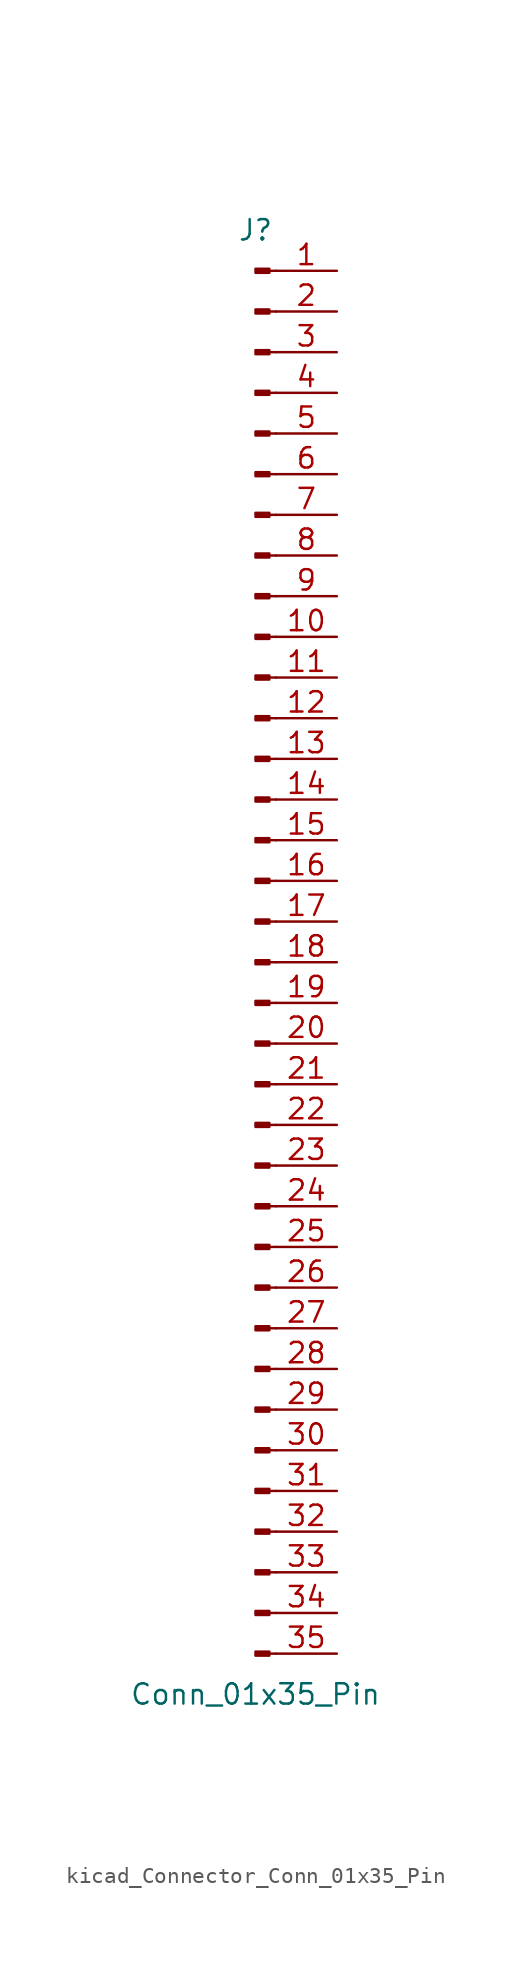
<source format=kicad_sym>
(kicad_symbol_lib
  (version 20220914)
  (generator kicad_symbol_editor)
  (symbol "kicad_Connector_Conn_01x35_Pin"
    (pin_names
      (offset 1.016) hide)
    (property "Reference" "J"
      (at 0 45.72 0)
      (effects (font (size 1.27 1.27))))
    (property "Value" "Conn_01x35_Pin"
      (at 0 -45.72 0)
      (effects (font (size 1.27 1.27))))
    (property "ki_locked" ""
      (at 0 0 0)
      (effects (font (size 1.27 1.27))))
    (symbol "kicad_Connector_Conn_01x35_Pin_1_1"
      (polyline (pts (xy 1.27 -43.18) (xy 0.864 -43.18)) (stroke (width 0.152) (type default)) (fill (type none)))
      (polyline (pts (xy 1.27 -40.64) (xy 0.864 -40.64)) (stroke (width 0.152) (type default)) (fill (type none)))
      (polyline (pts (xy 1.27 -38.1) (xy 0.864 -38.1)) (stroke (width 0.152) (type default)) (fill (type none)))
      (polyline (pts (xy 1.27 -35.56) (xy 0.864 -35.56)) (stroke (width 0.152) (type default)) (fill (type none)))
      (polyline (pts (xy 1.27 -33.02) (xy 0.864 -33.02)) (stroke (width 0.152) (type default)) (fill (type none)))
      (polyline (pts (xy 1.27 -30.48) (xy 0.864 -30.48)) (stroke (width 0.152) (type default)) (fill (type none)))
      (polyline (pts (xy 1.27 -27.94) (xy 0.864 -27.94)) (stroke (width 0.152) (type default)) (fill (type none)))
      (polyline (pts (xy 1.27 -25.4) (xy 0.864 -25.4)) (stroke (width 0.152) (type default)) (fill (type none)))
      (polyline (pts (xy 1.27 -22.86) (xy 0.864 -22.86)) (stroke (width 0.152) (type default)) (fill (type none)))
      (polyline (pts (xy 1.27 -20.32) (xy 0.864 -20.32)) (stroke (width 0.152) (type default)) (fill (type none)))
      (polyline (pts (xy 1.27 -17.78) (xy 0.864 -17.78)) (stroke (width 0.152) (type default)) (fill (type none)))
      (polyline (pts (xy 1.27 -15.24) (xy 0.864 -15.24)) (stroke (width 0.152) (type default)) (fill (type none)))
      (polyline (pts (xy 1.27 -12.7) (xy 0.864 -12.7)) (stroke (width 0.152) (type default)) (fill (type none)))
      (polyline (pts (xy 1.27 -10.16) (xy 0.864 -10.16)) (stroke (width 0.152) (type default)) (fill (type none)))
      (polyline (pts (xy 1.27 -7.62) (xy 0.864 -7.62)) (stroke (width 0.152) (type default)) (fill (type none)))
      (polyline (pts (xy 1.27 -5.08) (xy 0.864 -5.08)) (stroke (width 0.152) (type default)) (fill (type none)))
      (polyline (pts (xy 1.27 -2.54) (xy 0.864 -2.54)) (stroke (width 0.152) (type default)) (fill (type none)))
      (polyline (pts (xy 1.27 0) (xy 0.864 0)) (stroke (width 0.152) (type default)) (fill (type none)))
      (polyline (pts (xy 1.27 2.54) (xy 0.864 2.54)) (stroke (width 0.152) (type default)) (fill (type none)))
      (polyline (pts (xy 1.27 5.08) (xy 0.864 5.08)) (stroke (width 0.152) (type default)) (fill (type none)))
      (polyline (pts (xy 1.27 7.62) (xy 0.864 7.62)) (stroke (width 0.152) (type default)) (fill (type none)))
      (polyline (pts (xy 1.27 10.16) (xy 0.864 10.16)) (stroke (width 0.152) (type default)) (fill (type none)))
      (polyline (pts (xy 1.27 12.7) (xy 0.864 12.7)) (stroke (width 0.152) (type default)) (fill (type none)))
      (polyline (pts (xy 1.27 15.24) (xy 0.864 15.24)) (stroke (width 0.152) (type default)) (fill (type none)))
      (polyline (pts (xy 1.27 17.78) (xy 0.864 17.78)) (stroke (width 0.152) (type default)) (fill (type none)))
      (polyline (pts (xy 1.27 20.32) (xy 0.864 20.32)) (stroke (width 0.152) (type default)) (fill (type none)))
      (polyline (pts (xy 1.27 22.86) (xy 0.864 22.86)) (stroke (width 0.152) (type default)) (fill (type none)))
      (polyline (pts (xy 1.27 25.4) (xy 0.864 25.4)) (stroke (width 0.152) (type default)) (fill (type none)))
      (polyline (pts (xy 1.27 27.94) (xy 0.864 27.94)) (stroke (width 0.152) (type default)) (fill (type none)))
      (polyline (pts (xy 1.27 30.48) (xy 0.864 30.48)) (stroke (width 0.152) (type default)) (fill (type none)))
      (polyline (pts (xy 1.27 33.02) (xy 0.864 33.02)) (stroke (width 0.152) (type default)) (fill (type none)))
      (polyline (pts (xy 1.27 35.56) (xy 0.864 35.56)) (stroke (width 0.152) (type default)) (fill (type none)))
      (polyline (pts (xy 1.27 38.1) (xy 0.864 38.1)) (stroke (width 0.152) (type default)) (fill (type none)))
      (polyline (pts (xy 1.27 40.64) (xy 0.864 40.64)) (stroke (width 0.152) (type default)) (fill (type none)))
      (polyline (pts (xy 1.27 43.18) (xy 0.864 43.18)) (stroke (width 0.152) (type default)) (fill (type none)))
      (rectangle (start 0.864 -43.053) (end 0 -43.307) (stroke (width 0.152) (type default)) (fill (type outline)))
      (rectangle (start 0.864 -40.513) (end 0 -40.767) (stroke (width 0.152) (type default)) (fill (type outline)))
      (rectangle (start 0.864 -37.973) (end 0 -38.227) (stroke (width 0.152) (type default)) (fill (type outline)))
      (rectangle (start 0.864 -35.433) (end 0 -35.687) (stroke (width 0.152) (type default)) (fill (type outline)))
      (rectangle (start 0.864 -32.893) (end 0 -33.147) (stroke (width 0.152) (type default)) (fill (type outline)))
      (rectangle (start 0.864 -30.353) (end 0 -30.607) (stroke (width 0.152) (type default)) (fill (type outline)))
      (rectangle (start 0.864 -27.813) (end 0 -28.067) (stroke (width 0.152) (type default)) (fill (type outline)))
      (rectangle (start 0.864 -25.273) (end 0 -25.527) (stroke (width 0.152) (type default)) (fill (type outline)))
      (rectangle (start 0.864 -22.733) (end 0 -22.987) (stroke (width 0.152) (type default)) (fill (type outline)))
      (rectangle (start 0.864 -20.193) (end 0 -20.447) (stroke (width 0.152) (type default)) (fill (type outline)))
      (rectangle (start 0.864 -17.653) (end 0 -17.907) (stroke (width 0.152) (type default)) (fill (type outline)))
      (rectangle (start 0.864 -15.113) (end 0 -15.367) (stroke (width 0.152) (type default)) (fill (type outline)))
      (rectangle (start 0.864 -12.573) (end 0 -12.827) (stroke (width 0.152) (type default)) (fill (type outline)))
      (rectangle (start 0.864 -10.033) (end 0 -10.287) (stroke (width 0.152) (type default)) (fill (type outline)))
      (rectangle (start 0.864 -7.493) (end 0 -7.747) (stroke (width 0.152) (type default)) (fill (type outline)))
      (rectangle (start 0.864 -4.953) (end 0 -5.207) (stroke (width 0.152) (type default)) (fill (type outline)))
      (rectangle (start 0.864 -2.413) (end 0 -2.667) (stroke (width 0.152) (type default)) (fill (type outline)))
      (rectangle (start 0.864 0.127) (end 0 -0.127) (stroke (width 0.152) (type default)) (fill (type outline)))
      (rectangle (start 0.864 2.667) (end 0 2.413) (stroke (width 0.152) (type default)) (fill (type outline)))
      (rectangle (start 0.864 5.207) (end 0 4.953) (stroke (width 0.152) (type default)) (fill (type outline)))
      (rectangle (start 0.864 7.747) (end 0 7.493) (stroke (width 0.152) (type default)) (fill (type outline)))
      (rectangle (start 0.864 10.287) (end 0 10.033) (stroke (width 0.152) (type default)) (fill (type outline)))
      (rectangle (start 0.864 12.827) (end 0 12.573) (stroke (width 0.152) (type default)) (fill (type outline)))
      (rectangle (start 0.864 15.367) (end 0 15.113) (stroke (width 0.152) (type default)) (fill (type outline)))
      (rectangle (start 0.864 17.907) (end 0 17.653) (stroke (width 0.152) (type default)) (fill (type outline)))
      (rectangle (start 0.864 20.447) (end 0 20.193) (stroke (width 0.152) (type default)) (fill (type outline)))
      (rectangle (start 0.864 22.987) (end 0 22.733) (stroke (width 0.152) (type default)) (fill (type outline)))
      (rectangle (start 0.864 25.527) (end 0 25.273) (stroke (width 0.152) (type default)) (fill (type outline)))
      (rectangle (start 0.864 28.067) (end 0 27.813) (stroke (width 0.152) (type default)) (fill (type outline)))
      (rectangle (start 0.864 30.607) (end 0 30.353) (stroke (width 0.152) (type default)) (fill (type outline)))
      (rectangle (start 0.864 33.147) (end 0 32.893) (stroke (width 0.152) (type default)) (fill (type outline)))
      (rectangle (start 0.864 35.687) (end 0 35.433) (stroke (width 0.152) (type default)) (fill (type outline)))
      (rectangle (start 0.864 38.227) (end 0 37.973) (stroke (width 0.152) (type default)) (fill (type outline)))
      (rectangle (start 0.864 40.767) (end 0 40.513) (stroke (width 0.152) (type default)) (fill (type outline)))
      (rectangle (start 0.864 43.307) (end 0 43.053) (stroke (width 0.152) (type default)) (fill (type outline)))
      (pin passive line (at 5.08 43.18 180) (length 3.81) (name "Pin_1" (effects (font (size 1.27 1.27)))) (number "1" (effects (font (size 1.27 1.27)))))
      (pin passive line (at 5.08 20.32 180) (length 3.81) (name "Pin_10" (effects (font (size 1.27 1.27)))) (number "10" (effects (font (size 1.27 1.27)))))
      (pin passive line (at 5.08 17.78 180) (length 3.81) (name "Pin_11" (effects (font (size 1.27 1.27)))) (number "11" (effects (font (size 1.27 1.27)))))
      (pin passive line (at 5.08 15.24 180) (length 3.81) (name "Pin_12" (effects (font (size 1.27 1.27)))) (number "12" (effects (font (size 1.27 1.27)))))
      (pin passive line (at 5.08 12.7 180) (length 3.81) (name "Pin_13" (effects (font (size 1.27 1.27)))) (number "13" (effects (font (size 1.27 1.27)))))
      (pin passive line (at 5.08 10.16 180) (length 3.81) (name "Pin_14" (effects (font (size 1.27 1.27)))) (number "14" (effects (font (size 1.27 1.27)))))
      (pin passive line (at 5.08 7.62 180) (length 3.81) (name "Pin_15" (effects (font (size 1.27 1.27)))) (number "15" (effects (font (size 1.27 1.27)))))
      (pin passive line (at 5.08 5.08 180) (length 3.81) (name "Pin_16" (effects (font (size 1.27 1.27)))) (number "16" (effects (font (size 1.27 1.27)))))
      (pin passive line (at 5.08 2.54 180) (length 3.81) (name "Pin_17" (effects (font (size 1.27 1.27)))) (number "17" (effects (font (size 1.27 1.27)))))
      (pin passive line (at 5.08 0 180) (length 3.81) (name "Pin_18" (effects (font (size 1.27 1.27)))) (number "18" (effects (font (size 1.27 1.27)))))
      (pin passive line (at 5.08 -2.54 180) (length 3.81) (name "Pin_19" (effects (font (size 1.27 1.27)))) (number "19" (effects (font (size 1.27 1.27)))))
      (pin passive line (at 5.08 40.64 180) (length 3.81) (name "Pin_2" (effects (font (size 1.27 1.27)))) (number "2" (effects (font (size 1.27 1.27)))))
      (pin passive line (at 5.08 -5.08 180) (length 3.81) (name "Pin_20" (effects (font (size 1.27 1.27)))) (number "20" (effects (font (size 1.27 1.27)))))
      (pin passive line (at 5.08 -7.62 180) (length 3.81) (name "Pin_21" (effects (font (size 1.27 1.27)))) (number "21" (effects (font (size 1.27 1.27)))))
      (pin passive line (at 5.08 -10.16 180) (length 3.81) (name "Pin_22" (effects (font (size 1.27 1.27)))) (number "22" (effects (font (size 1.27 1.27)))))
      (pin passive line (at 5.08 -12.7 180) (length 3.81) (name "Pin_23" (effects (font (size 1.27 1.27)))) (number "23" (effects (font (size 1.27 1.27)))))
      (pin passive line (at 5.08 -15.24 180) (length 3.81) (name "Pin_24" (effects (font (size 1.27 1.27)))) (number "24" (effects (font (size 1.27 1.27)))))
      (pin passive line (at 5.08 -17.78 180) (length 3.81) (name "Pin_25" (effects (font (size 1.27 1.27)))) (number "25" (effects (font (size 1.27 1.27)))))
      (pin passive line (at 5.08 -20.32 180) (length 3.81) (name "Pin_26" (effects (font (size 1.27 1.27)))) (number "26" (effects (font (size 1.27 1.27)))))
      (pin passive line (at 5.08 -22.86 180) (length 3.81) (name "Pin_27" (effects (font (size 1.27 1.27)))) (number "27" (effects (font (size 1.27 1.27)))))
      (pin passive line (at 5.08 -25.4 180) (length 3.81) (name "Pin_28" (effects (font (size 1.27 1.27)))) (number "28" (effects (font (size 1.27 1.27)))))
      (pin passive line (at 5.08 -27.94 180) (length 3.81) (name "Pin_29" (effects (font (size 1.27 1.27)))) (number "29" (effects (font (size 1.27 1.27)))))
      (pin passive line (at 5.08 38.1 180) (length 3.81) (name "Pin_3" (effects (font (size 1.27 1.27)))) (number "3" (effects (font (size 1.27 1.27)))))
      (pin passive line (at 5.08 -30.48 180) (length 3.81) (name "Pin_30" (effects (font (size 1.27 1.27)))) (number "30" (effects (font (size 1.27 1.27)))))
      (pin passive line (at 5.08 -33.02 180) (length 3.81) (name "Pin_31" (effects (font (size 1.27 1.27)))) (number "31" (effects (font (size 1.27 1.27)))))
      (pin passive line (at 5.08 -35.56 180) (length 3.81) (name "Pin_32" (effects (font (size 1.27 1.27)))) (number "32" (effects (font (size 1.27 1.27)))))
      (pin passive line (at 5.08 -38.1 180) (length 3.81) (name "Pin_33" (effects (font (size 1.27 1.27)))) (number "33" (effects (font (size 1.27 1.27)))))
      (pin passive line (at 5.08 -40.64 180) (length 3.81) (name "Pin_34" (effects (font (size 1.27 1.27)))) (number "34" (effects (font (size 1.27 1.27)))))
      (pin passive line (at 5.08 -43.18 180) (length 3.81) (name "Pin_35" (effects (font (size 1.27 1.27)))) (number "35" (effects (font (size 1.27 1.27)))))
      (pin passive line (at 5.08 35.56 180) (length 3.81) (name "Pin_4" (effects (font (size 1.27 1.27)))) (number "4" (effects (font (size 1.27 1.27)))))
      (pin passive line (at 5.08 33.02 180) (length 3.81) (name "Pin_5" (effects (font (size 1.27 1.27)))) (number "5" (effects (font (size 1.27 1.27)))))
      (pin passive line (at 5.08 30.48 180) (length 3.81) (name "Pin_6" (effects (font (size 1.27 1.27)))) (number "6" (effects (font (size 1.27 1.27)))))
      (pin passive line (at 5.08 27.94 180) (length 3.81) (name "Pin_7" (effects (font (size 1.27 1.27)))) (number "7" (effects (font (size 1.27 1.27)))))
      (pin passive line (at 5.08 25.4 180) (length 3.81) (name "Pin_8" (effects (font (size 1.27 1.27)))) (number "8" (effects (font (size 1.27 1.27)))))
      (pin passive line (at 5.08 22.86 180) (length 3.81) (name "Pin_9" (effects (font (size 1.27 1.27)))) (number "9" (effects (font (size 1.27 1.27))))))))
</source>
